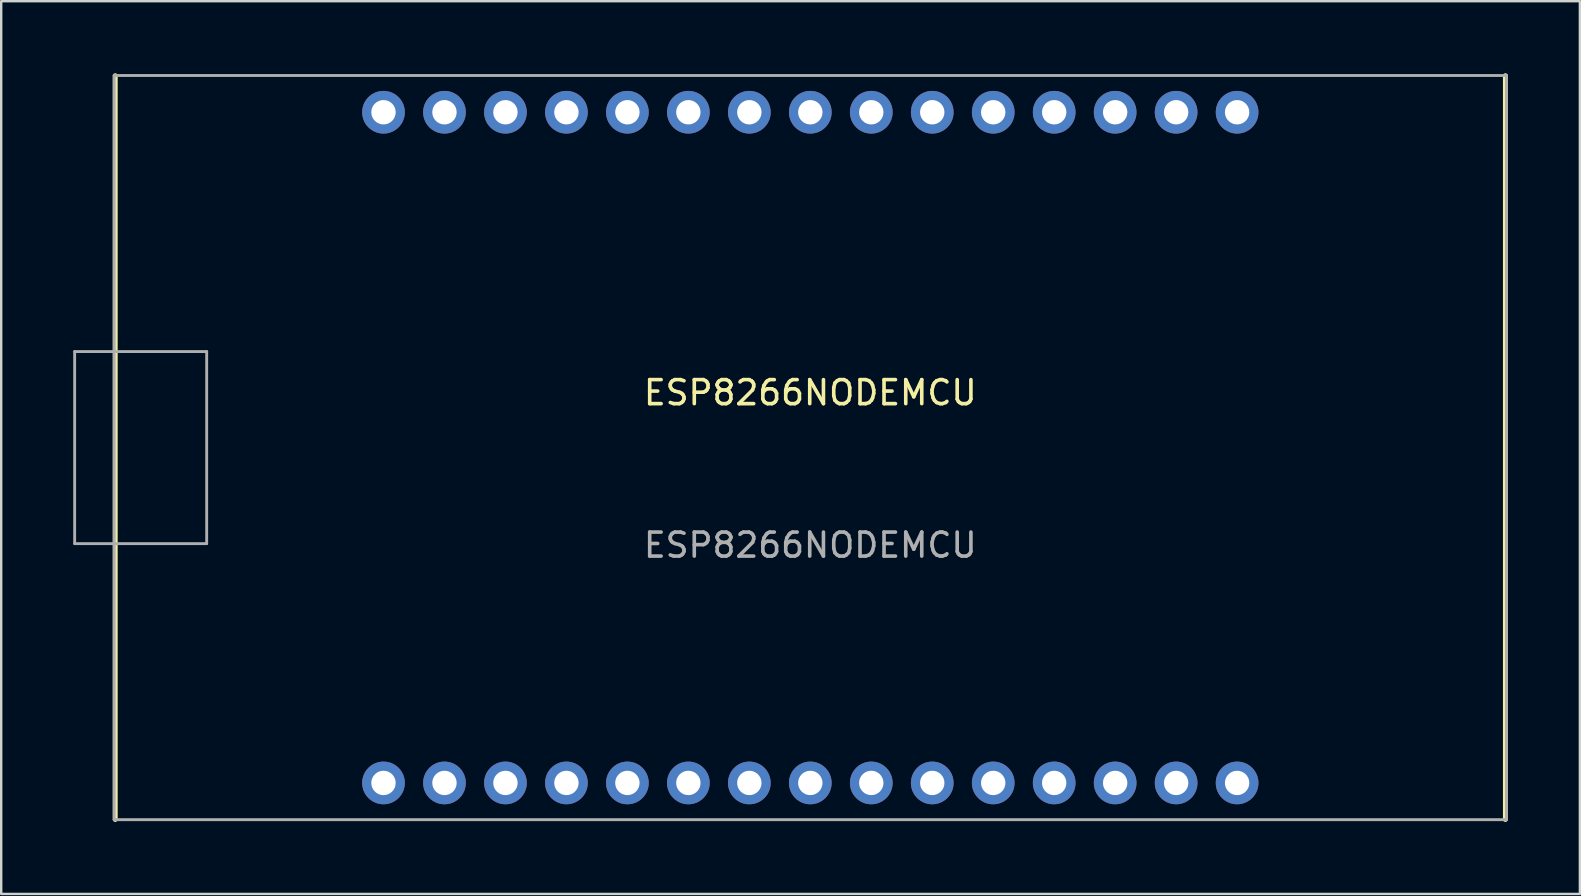
<source format=kicad_pcb>
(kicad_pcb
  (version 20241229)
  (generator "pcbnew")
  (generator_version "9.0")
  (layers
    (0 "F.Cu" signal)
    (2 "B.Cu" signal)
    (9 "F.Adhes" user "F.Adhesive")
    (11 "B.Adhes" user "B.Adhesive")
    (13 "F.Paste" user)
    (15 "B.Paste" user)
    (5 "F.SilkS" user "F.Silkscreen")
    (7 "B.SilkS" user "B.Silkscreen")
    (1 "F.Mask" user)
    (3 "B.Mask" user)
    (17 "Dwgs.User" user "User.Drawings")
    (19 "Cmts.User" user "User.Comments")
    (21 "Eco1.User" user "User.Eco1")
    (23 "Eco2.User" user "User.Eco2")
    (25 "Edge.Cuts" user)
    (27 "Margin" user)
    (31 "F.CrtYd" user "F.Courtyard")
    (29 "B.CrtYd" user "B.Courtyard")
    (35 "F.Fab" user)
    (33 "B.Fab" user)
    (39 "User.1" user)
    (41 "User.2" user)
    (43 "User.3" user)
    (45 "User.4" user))
  (footprint "ESP8266NODEMCU"
    (layer "F.Cu")
    (at 30.706 15.596)
    (property "Reference" "ESP8266NODEMCU" (at 0 -2.286 0) (unlocked yes) (layer "F.SilkS") (effects (font (size 1 1) (thickness 0.15))))
    (attr through_hole)
    (fp_line (start -28.956 15.494) (end -28.956 -15.494) (stroke (width 0.203) (type solid)) (layer "F.SilkS"))
    (fp_line (start 28.956 15.494) (end 28.956 -15.494) (stroke (width 0.203) (type solid)) (layer "F.SilkS"))
    (fp_line (start -30.646 -4) (end -30.646 4) (stroke (width 0.12) (type solid)) (layer "F.Fab"))
    (fp_line (start -29 -15.5) (end 29 -15.5) (stroke (width 0.12) (type solid)) (layer "F.Fab"))
    (fp_line (start -29 15.5) (end -29 -15.5) (stroke (width 0.12) (type solid)) (layer "F.Fab"))
    (fp_line (start -29 15.5) (end 29 15.5) (stroke (width 0.12) (type solid)) (layer "F.Fab"))
    (fp_line (start -25.146 -4) (end -30.646 -4) (stroke (width 0.12) (type solid)) (layer "F.Fab"))
    (fp_line (start -25.146 -4) (end -25.146 4) (stroke (width 0.12) (type solid)) (layer "F.Fab"))
    (fp_line (start -25.146 4) (end -30.646 4) (stroke (width 0.12) (type solid)) (layer "F.Fab"))
    (fp_line (start 29 15.5) (end 29 -15.5) (stroke (width 0.12) (type solid)) (layer "F.Fab"))
    (fp_text user "${REFERENCE}" (at 0 4.064 0) (unlocked yes) (layer "F.Fab") (effects (font (size 1 1) (thickness 0.15))))
    (pad "1" thru_hole circle (at -17.78 -13.97) (size 1.778 1.778) (drill 1.016) (layers "*.Cu" "*.Mask"))
    (pad "2" thru_hole circle (at -15.24 -13.97) (size 1.778 1.778) (drill 1.016) (layers "*.Cu" "*.Mask"))
    (pad "3" thru_hole circle (at -12.7 -13.97) (size 1.778 1.778) (drill 1.016) (layers "*.Cu" "*.Mask"))
    (pad "4" thru_hole circle (at -10.16 -13.97) (size 1.778 1.778) (drill 1.016) (layers "*.Cu" "*.Mask"))
    (pad "5" thru_hole circle (at -7.62 -13.97) (size 1.778 1.778) (drill 1.016) (layers "*.Cu" "*.Mask"))
    (pad "6" thru_hole circle (at -5.08 -13.97) (size 1.778 1.778) (drill 1.016) (layers "*.Cu" "*.Mask"))
    (pad "7" thru_hole circle (at -2.54 -13.97) (size 1.778 1.778) (drill 1.016) (layers "*.Cu" "*.Mask"))
    (pad "8" thru_hole circle (at 0 -13.97) (size 1.778 1.778) (drill 1.016) (layers "*.Cu" "*.Mask"))
    (pad "9" thru_hole circle (at 2.54 -13.97) (size 1.778 1.778) (drill 1.016) (layers "*.Cu" "*.Mask"))
    (pad "10" thru_hole circle (at 5.08 -13.97) (size 1.778 1.778) (drill 1.016) (layers "*.Cu" "*.Mask"))
    (pad "11" thru_hole circle (at 7.62 -13.97) (size 1.778 1.778) (drill 1.016) (layers "*.Cu" "*.Mask"))
    (pad "12" thru_hole circle (at 10.16 -13.97) (size 1.778 1.778) (drill 1.016) (layers "*.Cu" "*.Mask"))
    (pad "13" thru_hole circle (at 12.7 -13.97) (size 1.778 1.778) (drill 1.016) (layers "*.Cu" "*.Mask"))
    (pad "14" thru_hole circle (at 15.24 -13.97) (size 1.778 1.778) (drill 1.016) (layers "*.Cu" "*.Mask"))
    (pad "15" thru_hole circle (at 17.78 -13.97) (size 1.778 1.778) (drill 1.016) (layers "*.Cu" "*.Mask"))
    (pad "16" thru_hole circle (at 17.78 13.97) (size 1.778 1.778) (drill 1.016) (layers "*.Cu" "*.Mask"))
    (pad "17" thru_hole circle (at 15.24 13.97) (size 1.778 1.778) (drill 1.016) (layers "*.Cu" "*.Mask"))
    (pad "18" thru_hole circle (at 12.7 13.97) (size 1.778 1.778) (drill 1.016) (layers "*.Cu" "*.Mask"))
    (pad "19" thru_hole circle (at 10.16 13.97) (size 1.778 1.778) (drill 1.016) (layers "*.Cu" "*.Mask"))
    (pad "20" thru_hole circle (at 7.62 13.97) (size 1.778 1.778) (drill 1.016) (layers "*.Cu" "*.Mask"))
    (pad "21" thru_hole circle (at 5.08 13.97) (size 1.778 1.778) (drill 1.016) (layers "*.Cu" "*.Mask"))
    (pad "22" thru_hole circle (at 2.54 13.97) (size 1.778 1.778) (drill 1.016) (layers "*.Cu" "*.Mask"))
    (pad "23" thru_hole circle (at 0 13.97) (size 1.778 1.778) (drill 1.016) (layers "*.Cu" "*.Mask"))
    (pad "24" thru_hole circle (at -2.54 13.97) (size 1.778 1.778) (drill 1.016) (layers "*.Cu" "*.Mask"))
    (pad "25" thru_hole circle (at -5.08 13.97) (size 1.778 1.778) (drill 1.016) (layers "*.Cu" "*.Mask"))
    (pad "26" thru_hole circle (at -7.62 13.97) (size 1.778 1.778) (drill 1.016) (layers "*.Cu" "*.Mask"))
    (pad "27" thru_hole circle (at -10.16 13.97) (size 1.778 1.778) (drill 1.016) (layers "*.Cu" "*.Mask"))
    (pad "28" thru_hole circle (at -12.7 13.97) (size 1.778 1.778) (drill 1.016) (layers "*.Cu" "*.Mask"))
    (pad "29" thru_hole circle (at -15.24 13.97) (size 1.778 1.778) (drill 1.016) (layers "*.Cu" "*.Mask"))
    (pad "30" thru_hole circle (at -17.78 13.97) (size 1.778 1.778) (drill 1.016) (layers "*.Cu" "*.Mask")))
  (gr_rect
    (start -3 -3)
    (end 62.766 34.191)
    (stroke (width 0.1) (type default))
    (fill no)
    (layer "Edge.Cuts")))
</source>
